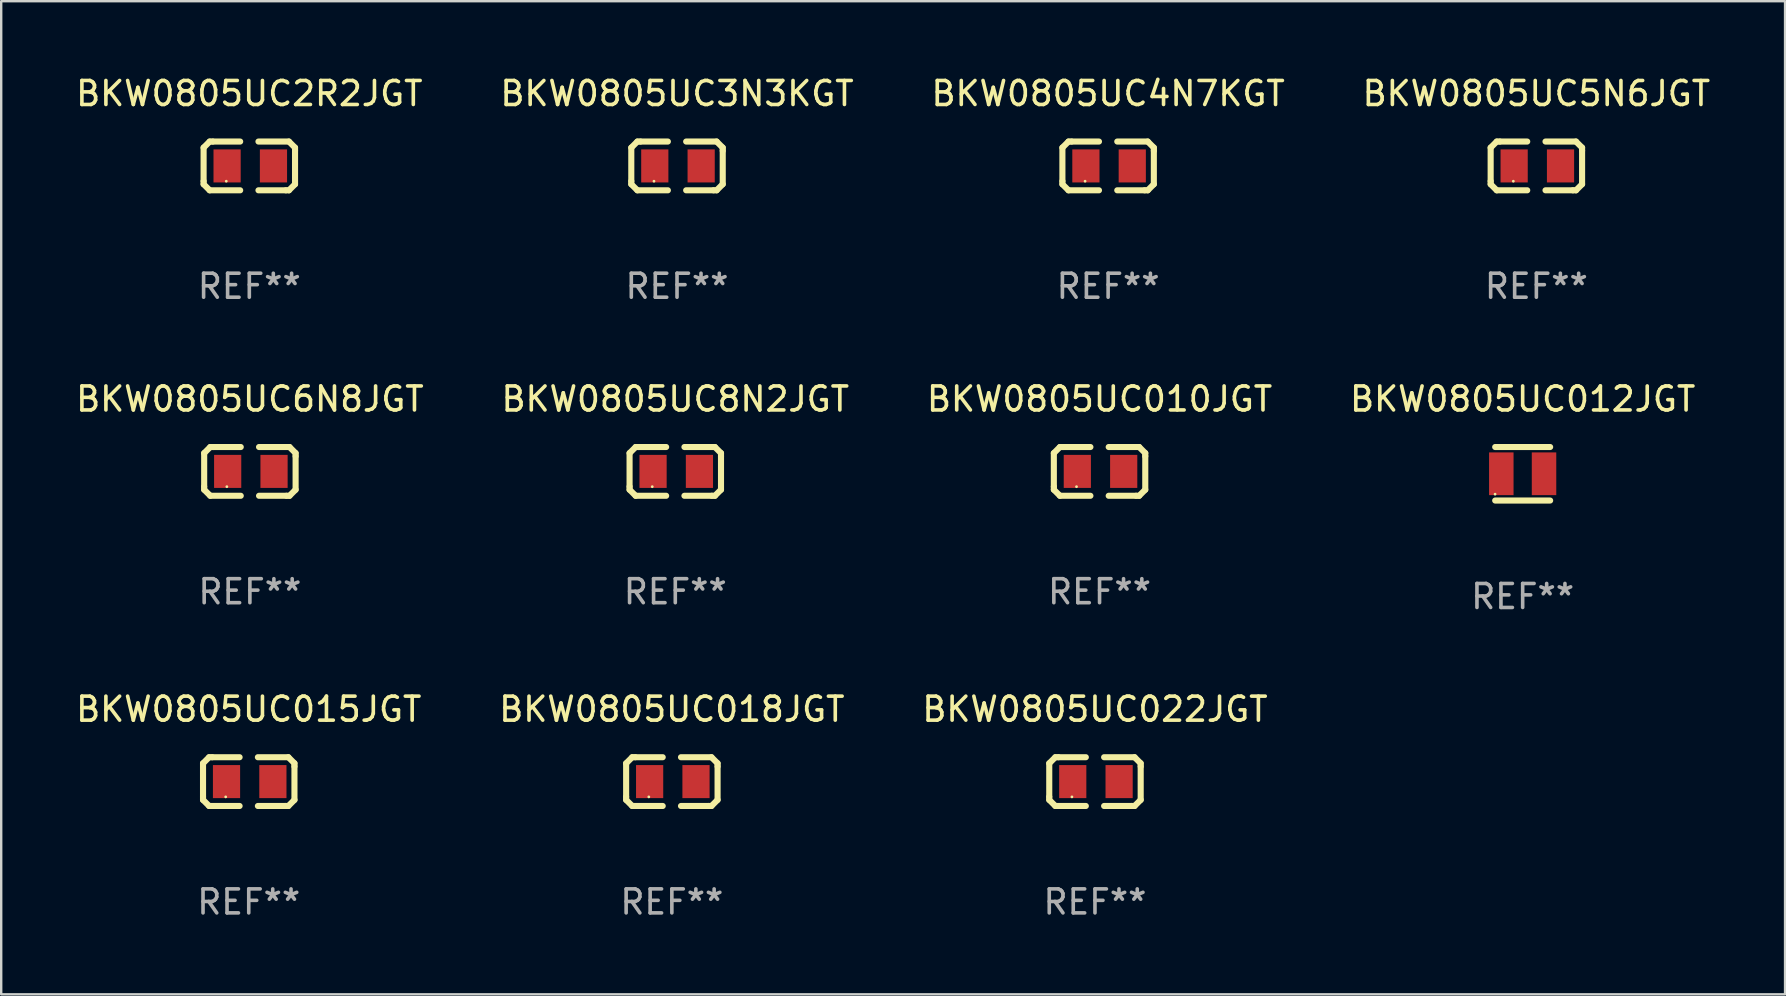
<source format=kicad_pcb>
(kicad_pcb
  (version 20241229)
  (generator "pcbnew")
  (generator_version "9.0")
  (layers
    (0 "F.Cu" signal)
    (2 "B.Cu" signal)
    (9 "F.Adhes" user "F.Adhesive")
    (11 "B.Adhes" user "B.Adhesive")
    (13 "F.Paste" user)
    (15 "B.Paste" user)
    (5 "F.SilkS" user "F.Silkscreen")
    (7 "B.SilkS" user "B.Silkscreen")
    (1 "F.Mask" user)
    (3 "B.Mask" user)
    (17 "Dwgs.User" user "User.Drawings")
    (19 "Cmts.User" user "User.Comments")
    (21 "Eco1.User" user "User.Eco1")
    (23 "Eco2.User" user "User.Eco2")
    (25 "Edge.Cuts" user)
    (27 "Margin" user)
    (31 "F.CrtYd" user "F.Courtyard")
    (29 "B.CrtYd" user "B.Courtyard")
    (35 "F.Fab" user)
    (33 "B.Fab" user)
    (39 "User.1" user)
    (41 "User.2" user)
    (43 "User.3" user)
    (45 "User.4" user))
  (footprint "BKW0805UC018JGT"
    (layer "F.Cu")
    (at 24.946 29.519)
    (property "Reference" "BKW0805UC018JGT" (at 0 -3.016 0) (layer "F.SilkS") (effects (font (size 1 1) (thickness 0.15))))
    (attr through_hole)
    (fp_line (start -1.905 -0.762) (end -1.905 0.635) (stroke (width 0.254) (type solid)) (layer "F.SilkS"))
    (fp_line (start -1.905 0.635) (end -1.905 0.762) (stroke (width 0.254) (type solid)) (layer "F.SilkS"))
    (fp_line (start -1.905 0.762) (end -1.651 1.016) (stroke (width 0.254) (type solid)) (layer "F.SilkS"))
    (fp_line (start -1.651 -1.016) (end -1.905 -0.762) (stroke (width 0.254) (type solid)) (layer "F.SilkS"))
    (fp_line (start -1.651 1.016) (end -0.381 1.016) (stroke (width 0.254) (type solid)) (layer "F.SilkS"))
    (fp_line (start -1.524 -1.016) (end -1.651 -1.016) (stroke (width 0.254) (type solid)) (layer "F.SilkS"))
    (fp_line (start -0.381 -1.016) (end -1.524 -1.016) (stroke (width 0.254) (type solid)) (layer "F.SilkS"))
    (fp_line (start 0.381 1.016) (end 1.524 1.016) (stroke (width 0.254) (type solid)) (layer "F.SilkS"))
    (fp_line (start 1.524 1.016) (end 1.651 1.016) (stroke (width 0.254) (type solid)) (layer "F.SilkS"))
    (fp_line (start 1.651 -1.016) (end 0.381 -1.016) (stroke (width 0.254) (type solid)) (layer "F.SilkS"))
    (fp_line (start 1.651 1.016) (end 1.905 0.762) (stroke (width 0.254) (type solid)) (layer "F.SilkS"))
    (fp_line (start 1.905 -0.762) (end 1.651 -1.016) (stroke (width 0.254) (type solid)) (layer "F.SilkS"))
    (fp_line (start 1.905 -0.635) (end 1.905 -0.762) (stroke (width 0.254) (type solid)) (layer "F.SilkS"))
    (fp_line (start 1.905 0.762) (end 1.905 -0.635) (stroke (width 0.254) (type solid)) (layer "F.SilkS"))
    (fp_circle (center -0.96 0.637) (end -0.93 0.637) (stroke (width 0.06) (type solid)) (fill no) (layer "F.SilkS"))
    (fp_text user "REF**" (at 0 5.016 0) (layer "F.Fab") (effects (font (size 1 1) (thickness 0.15))))
    (pad "1" smd rect (at -0.926 -0.000051) (size 1.133 1.377) (layers "F.Cu" "F.Mask" "F.Paste"))
    (pad "2" smd rect (at 1.006 -0.000051) (size 1.133 1.377) (layers "F.Cu" "F.Mask" "F.Paste")))
  (footprint "BKW0805UC2R2JGT"
    (layer "F.Cu")
    (at 7.339 3.864)
    (property "Reference" "BKW0805UC2R2JGT" (at 0 -3.016 0) (layer "F.SilkS") (effects (font (size 1 1) (thickness 0.15))))
    (attr through_hole)
    (fp_line (start -1.905 -0.762) (end -1.905 0.635) (stroke (width 0.254) (type solid)) (layer "F.SilkS"))
    (fp_line (start -1.905 0.635) (end -1.905 0.762) (stroke (width 0.254) (type solid)) (layer "F.SilkS"))
    (fp_line (start -1.905 0.762) (end -1.651 1.016) (stroke (width 0.254) (type solid)) (layer "F.SilkS"))
    (fp_line (start -1.651 -1.016) (end -1.905 -0.762) (stroke (width 0.254) (type solid)) (layer "F.SilkS"))
    (fp_line (start -1.651 1.016) (end -0.381 1.016) (stroke (width 0.254) (type solid)) (layer "F.SilkS"))
    (fp_line (start -1.524 -1.016) (end -1.651 -1.016) (stroke (width 0.254) (type solid)) (layer "F.SilkS"))
    (fp_line (start -0.381 -1.016) (end -1.524 -1.016) (stroke (width 0.254) (type solid)) (layer "F.SilkS"))
    (fp_line (start 0.381 1.016) (end 1.524 1.016) (stroke (width 0.254) (type solid)) (layer "F.SilkS"))
    (fp_line (start 1.524 1.016) (end 1.651 1.016) (stroke (width 0.254) (type solid)) (layer "F.SilkS"))
    (fp_line (start 1.651 -1.016) (end 0.381 -1.016) (stroke (width 0.254) (type solid)) (layer "F.SilkS"))
    (fp_line (start 1.651 1.016) (end 1.905 0.762) (stroke (width 0.254) (type solid)) (layer "F.SilkS"))
    (fp_line (start 1.905 -0.762) (end 1.651 -1.016) (stroke (width 0.254) (type solid)) (layer "F.SilkS"))
    (fp_line (start 1.905 -0.635) (end 1.905 -0.762) (stroke (width 0.254) (type solid)) (layer "F.SilkS"))
    (fp_line (start 1.905 0.762) (end 1.905 -0.635) (stroke (width 0.254) (type solid)) (layer "F.SilkS"))
    (fp_circle (center -0.96 0.637) (end -0.93 0.637) (stroke (width 0.06) (type solid)) (fill no) (layer "F.SilkS"))
    (fp_text user "REF**" (at 0 5.016 0) (layer "F.Fab") (effects (font (size 1 1) (thickness 0.15))))
    (pad "1" smd rect (at -0.926 -0.000051) (size 1.133 1.377) (layers "F.Cu" "F.Mask" "F.Paste"))
    (pad "2" smd rect (at 1.006 -0.000051) (size 1.133 1.377) (layers "F.Cu" "F.Mask" "F.Paste")))
  (footprint "BKW0805UC4N7KGT"
    (layer "F.Cu")
    (at 43.125 3.864)
    (property "Reference" "BKW0805UC4N7KGT" (at 0 -3.016 0) (layer "F.SilkS") (effects (font (size 1 1) (thickness 0.15))))
    (attr through_hole)
    (fp_line (start -1.905 -0.762) (end -1.905 0.635) (stroke (width 0.254) (type solid)) (layer "F.SilkS"))
    (fp_line (start -1.905 0.635) (end -1.905 0.762) (stroke (width 0.254) (type solid)) (layer "F.SilkS"))
    (fp_line (start -1.905 0.762) (end -1.651 1.016) (stroke (width 0.254) (type solid)) (layer "F.SilkS"))
    (fp_line (start -1.651 -1.016) (end -1.905 -0.762) (stroke (width 0.254) (type solid)) (layer "F.SilkS"))
    (fp_line (start -1.651 1.016) (end -0.381 1.016) (stroke (width 0.254) (type solid)) (layer "F.SilkS"))
    (fp_line (start -1.524 -1.016) (end -1.651 -1.016) (stroke (width 0.254) (type solid)) (layer "F.SilkS"))
    (fp_line (start -0.381 -1.016) (end -1.524 -1.016) (stroke (width 0.254) (type solid)) (layer "F.SilkS"))
    (fp_line (start 0.381 1.016) (end 1.524 1.016) (stroke (width 0.254) (type solid)) (layer "F.SilkS"))
    (fp_line (start 1.524 1.016) (end 1.651 1.016) (stroke (width 0.254) (type solid)) (layer "F.SilkS"))
    (fp_line (start 1.651 -1.016) (end 0.381 -1.016) (stroke (width 0.254) (type solid)) (layer "F.SilkS"))
    (fp_line (start 1.651 1.016) (end 1.905 0.762) (stroke (width 0.254) (type solid)) (layer "F.SilkS"))
    (fp_line (start 1.905 -0.762) (end 1.651 -1.016) (stroke (width 0.254) (type solid)) (layer "F.SilkS"))
    (fp_line (start 1.905 -0.635) (end 1.905 -0.762) (stroke (width 0.254) (type solid)) (layer "F.SilkS"))
    (fp_line (start 1.905 0.762) (end 1.905 -0.635) (stroke (width 0.254) (type solid)) (layer "F.SilkS"))
    (fp_circle (center -0.96 0.637) (end -0.93 0.637) (stroke (width 0.06) (type solid)) (fill no) (layer "F.SilkS"))
    (fp_text user "REF**" (at 0 5.016 0) (layer "F.Fab") (effects (font (size 1 1) (thickness 0.15))))
    (pad "1" smd rect (at -0.926 -0.000051) (size 1.133 1.377) (layers "F.Cu" "F.Mask" "F.Paste"))
    (pad "2" smd rect (at 1.006 -0.000051) (size 1.133 1.377) (layers "F.Cu" "F.Mask" "F.Paste")))
  (footprint "BKW0805UC022JGT"
    (layer "F.Cu")
    (at 42.577 29.519)
    (property "Reference" "BKW0805UC022JGT" (at 0 -3.016 0) (layer "F.SilkS") (effects (font (size 1 1) (thickness 0.15))))
    (attr through_hole)
    (fp_line (start -1.905 -0.762) (end -1.905 0.635) (stroke (width 0.254) (type solid)) (layer "F.SilkS"))
    (fp_line (start -1.905 0.635) (end -1.905 0.762) (stroke (width 0.254) (type solid)) (layer "F.SilkS"))
    (fp_line (start -1.905 0.762) (end -1.651 1.016) (stroke (width 0.254) (type solid)) (layer "F.SilkS"))
    (fp_line (start -1.651 -1.016) (end -1.905 -0.762) (stroke (width 0.254) (type solid)) (layer "F.SilkS"))
    (fp_line (start -1.651 1.016) (end -0.381 1.016) (stroke (width 0.254) (type solid)) (layer "F.SilkS"))
    (fp_line (start -1.524 -1.016) (end -1.651 -1.016) (stroke (width 0.254) (type solid)) (layer "F.SilkS"))
    (fp_line (start -0.381 -1.016) (end -1.524 -1.016) (stroke (width 0.254) (type solid)) (layer "F.SilkS"))
    (fp_line (start 0.381 1.016) (end 1.524 1.016) (stroke (width 0.254) (type solid)) (layer "F.SilkS"))
    (fp_line (start 1.524 1.016) (end 1.651 1.016) (stroke (width 0.254) (type solid)) (layer "F.SilkS"))
    (fp_line (start 1.651 -1.016) (end 0.381 -1.016) (stroke (width 0.254) (type solid)) (layer "F.SilkS"))
    (fp_line (start 1.651 1.016) (end 1.905 0.762) (stroke (width 0.254) (type solid)) (layer "F.SilkS"))
    (fp_line (start 1.905 -0.762) (end 1.651 -1.016) (stroke (width 0.254) (type solid)) (layer "F.SilkS"))
    (fp_line (start 1.905 -0.635) (end 1.905 -0.762) (stroke (width 0.254) (type solid)) (layer "F.SilkS"))
    (fp_line (start 1.905 0.762) (end 1.905 -0.635) (stroke (width 0.254) (type solid)) (layer "F.SilkS"))
    (fp_circle (center -0.96 0.637) (end -0.93 0.637) (stroke (width 0.06) (type solid)) (fill no) (layer "F.SilkS"))
    (fp_text user "REF**" (at 0 5.016 0) (layer "F.Fab") (effects (font (size 1 1) (thickness 0.15))))
    (pad "1" smd rect (at -0.926 -0.000051) (size 1.133 1.377) (layers "F.Cu" "F.Mask" "F.Paste"))
    (pad "2" smd rect (at 1.006 -0.000051) (size 1.133 1.377) (layers "F.Cu" "F.Mask" "F.Paste")))
  (footprint "BKW0805UC8N2JGT"
    (layer "F.Cu")
    (at 25.089 16.593)
    (property "Reference" "BKW0805UC8N2JGT" (at 0 -3.016 0) (layer "F.SilkS") (effects (font (size 1 1) (thickness 0.15))))
    (attr through_hole)
    (fp_line (start -1.905 -0.762) (end -1.905 0.635) (stroke (width 0.254) (type solid)) (layer "F.SilkS"))
    (fp_line (start -1.905 0.635) (end -1.905 0.762) (stroke (width 0.254) (type solid)) (layer "F.SilkS"))
    (fp_line (start -1.905 0.762) (end -1.651 1.016) (stroke (width 0.254) (type solid)) (layer "F.SilkS"))
    (fp_line (start -1.651 -1.016) (end -1.905 -0.762) (stroke (width 0.254) (type solid)) (layer "F.SilkS"))
    (fp_line (start -1.651 1.016) (end -0.381 1.016) (stroke (width 0.254) (type solid)) (layer "F.SilkS"))
    (fp_line (start -1.524 -1.016) (end -1.651 -1.016) (stroke (width 0.254) (type solid)) (layer "F.SilkS"))
    (fp_line (start -0.381 -1.016) (end -1.524 -1.016) (stroke (width 0.254) (type solid)) (layer "F.SilkS"))
    (fp_line (start 0.381 1.016) (end 1.524 1.016) (stroke (width 0.254) (type solid)) (layer "F.SilkS"))
    (fp_line (start 1.524 1.016) (end 1.651 1.016) (stroke (width 0.254) (type solid)) (layer "F.SilkS"))
    (fp_line (start 1.651 -1.016) (end 0.381 -1.016) (stroke (width 0.254) (type solid)) (layer "F.SilkS"))
    (fp_line (start 1.651 1.016) (end 1.905 0.762) (stroke (width 0.254) (type solid)) (layer "F.SilkS"))
    (fp_line (start 1.905 -0.762) (end 1.651 -1.016) (stroke (width 0.254) (type solid)) (layer "F.SilkS"))
    (fp_line (start 1.905 -0.635) (end 1.905 -0.762) (stroke (width 0.254) (type solid)) (layer "F.SilkS"))
    (fp_line (start 1.905 0.762) (end 1.905 -0.635) (stroke (width 0.254) (type solid)) (layer "F.SilkS"))
    (fp_circle (center -0.96 0.637) (end -0.93 0.637) (stroke (width 0.06) (type solid)) (fill no) (layer "F.SilkS"))
    (fp_text user "REF**" (at 0 5.016 0) (layer "F.Fab") (effects (font (size 1 1) (thickness 0.15))))
    (pad "1" smd rect (at -0.926 -0.000051) (size 1.133 1.377) (layers "F.Cu" "F.Mask" "F.Paste"))
    (pad "2" smd rect (at 1.006 -0.000051) (size 1.133 1.377) (layers "F.Cu" "F.Mask" "F.Paste")))
  (footprint "BKW0805UC6N8JGT"
    (layer "F.Cu")
    (at 7.363 16.593)
    (property "Reference" "BKW0805UC6N8JGT" (at 0 -3.016 0) (layer "F.SilkS") (effects (font (size 1 1) (thickness 0.15))))
    (attr through_hole)
    (fp_line (start -1.905 -0.762) (end -1.905 0.635) (stroke (width 0.254) (type solid)) (layer "F.SilkS"))
    (fp_line (start -1.905 0.635) (end -1.905 0.762) (stroke (width 0.254) (type solid)) (layer "F.SilkS"))
    (fp_line (start -1.905 0.762) (end -1.651 1.016) (stroke (width 0.254) (type solid)) (layer "F.SilkS"))
    (fp_line (start -1.651 -1.016) (end -1.905 -0.762) (stroke (width 0.254) (type solid)) (layer "F.SilkS"))
    (fp_line (start -1.651 1.016) (end -0.381 1.016) (stroke (width 0.254) (type solid)) (layer "F.SilkS"))
    (fp_line (start -1.524 -1.016) (end -1.651 -1.016) (stroke (width 0.254) (type solid)) (layer "F.SilkS"))
    (fp_line (start -0.381 -1.016) (end -1.524 -1.016) (stroke (width 0.254) (type solid)) (layer "F.SilkS"))
    (fp_line (start 0.381 1.016) (end 1.524 1.016) (stroke (width 0.254) (type solid)) (layer "F.SilkS"))
    (fp_line (start 1.524 1.016) (end 1.651 1.016) (stroke (width 0.254) (type solid)) (layer "F.SilkS"))
    (fp_line (start 1.651 -1.016) (end 0.381 -1.016) (stroke (width 0.254) (type solid)) (layer "F.SilkS"))
    (fp_line (start 1.651 1.016) (end 1.905 0.762) (stroke (width 0.254) (type solid)) (layer "F.SilkS"))
    (fp_line (start 1.905 -0.762) (end 1.651 -1.016) (stroke (width 0.254) (type solid)) (layer "F.SilkS"))
    (fp_line (start 1.905 -0.635) (end 1.905 -0.762) (stroke (width 0.254) (type solid)) (layer "F.SilkS"))
    (fp_line (start 1.905 0.762) (end 1.905 -0.635) (stroke (width 0.254) (type solid)) (layer "F.SilkS"))
    (fp_circle (center -0.96 0.637) (end -0.93 0.637) (stroke (width 0.06) (type solid)) (fill no) (layer "F.SilkS"))
    (fp_text user "REF**" (at 0 5.016 0) (layer "F.Fab") (effects (font (size 1 1) (thickness 0.15))))
    (pad "1" smd rect (at -0.926 -0.000051) (size 1.133 1.377) (layers "F.Cu" "F.Mask" "F.Paste"))
    (pad "2" smd rect (at 1.006 -0.000051) (size 1.133 1.377) (layers "F.Cu" "F.Mask" "F.Paste")))
  (footprint "BKW0805UC5N6JGT"
    (layer "F.Cu")
    (at 60.97 3.864)
    (property "Reference" "BKW0805UC5N6JGT" (at 0 -3.016 0) (layer "F.SilkS") (effects (font (size 1 1) (thickness 0.15))))
    (attr through_hole)
    (fp_line (start -1.905 -0.762) (end -1.905 0.635) (stroke (width 0.254) (type solid)) (layer "F.SilkS"))
    (fp_line (start -1.905 0.635) (end -1.905 0.762) (stroke (width 0.254) (type solid)) (layer "F.SilkS"))
    (fp_line (start -1.905 0.762) (end -1.651 1.016) (stroke (width 0.254) (type solid)) (layer "F.SilkS"))
    (fp_line (start -1.651 -1.016) (end -1.905 -0.762) (stroke (width 0.254) (type solid)) (layer "F.SilkS"))
    (fp_line (start -1.651 1.016) (end -0.381 1.016) (stroke (width 0.254) (type solid)) (layer "F.SilkS"))
    (fp_line (start -1.524 -1.016) (end -1.651 -1.016) (stroke (width 0.254) (type solid)) (layer "F.SilkS"))
    (fp_line (start -0.381 -1.016) (end -1.524 -1.016) (stroke (width 0.254) (type solid)) (layer "F.SilkS"))
    (fp_line (start 0.381 1.016) (end 1.524 1.016) (stroke (width 0.254) (type solid)) (layer "F.SilkS"))
    (fp_line (start 1.524 1.016) (end 1.651 1.016) (stroke (width 0.254) (type solid)) (layer "F.SilkS"))
    (fp_line (start 1.651 -1.016) (end 0.381 -1.016) (stroke (width 0.254) (type solid)) (layer "F.SilkS"))
    (fp_line (start 1.651 1.016) (end 1.905 0.762) (stroke (width 0.254) (type solid)) (layer "F.SilkS"))
    (fp_line (start 1.905 -0.762) (end 1.651 -1.016) (stroke (width 0.254) (type solid)) (layer "F.SilkS"))
    (fp_line (start 1.905 -0.635) (end 1.905 -0.762) (stroke (width 0.254) (type solid)) (layer "F.SilkS"))
    (fp_line (start 1.905 0.762) (end 1.905 -0.635) (stroke (width 0.254) (type solid)) (layer "F.SilkS"))
    (fp_circle (center -0.96 0.637) (end -0.93 0.637) (stroke (width 0.06) (type solid)) (fill no) (layer "F.SilkS"))
    (fp_text user "REF**" (at 0 5.016 0) (layer "F.Fab") (effects (font (size 1 1) (thickness 0.15))))
    (pad "1" smd rect (at -0.926 -0.000051) (size 1.133 1.377) (layers "F.Cu" "F.Mask" "F.Paste"))
    (pad "2" smd rect (at 1.006 -0.000051) (size 1.133 1.377) (layers "F.Cu" "F.Mask" "F.Paste")))
  (footprint "BKW0805UC015JGT"
    (layer "F.Cu")
    (at 7.315 29.519)
    (property "Reference" "BKW0805UC015JGT" (at 0 -3.016 0) (layer "F.SilkS") (effects (font (size 1 1) (thickness 0.15))))
    (attr through_hole)
    (fp_line (start -1.905 -0.762) (end -1.905 0.635) (stroke (width 0.254) (type solid)) (layer "F.SilkS"))
    (fp_line (start -1.905 0.635) (end -1.905 0.762) (stroke (width 0.254) (type solid)) (layer "F.SilkS"))
    (fp_line (start -1.905 0.762) (end -1.651 1.016) (stroke (width 0.254) (type solid)) (layer "F.SilkS"))
    (fp_line (start -1.651 -1.016) (end -1.905 -0.762) (stroke (width 0.254) (type solid)) (layer "F.SilkS"))
    (fp_line (start -1.651 1.016) (end -0.381 1.016) (stroke (width 0.254) (type solid)) (layer "F.SilkS"))
    (fp_line (start -1.524 -1.016) (end -1.651 -1.016) (stroke (width 0.254) (type solid)) (layer "F.SilkS"))
    (fp_line (start -0.381 -1.016) (end -1.524 -1.016) (stroke (width 0.254) (type solid)) (layer "F.SilkS"))
    (fp_line (start 0.381 1.016) (end 1.524 1.016) (stroke (width 0.254) (type solid)) (layer "F.SilkS"))
    (fp_line (start 1.524 1.016) (end 1.651 1.016) (stroke (width 0.254) (type solid)) (layer "F.SilkS"))
    (fp_line (start 1.651 -1.016) (end 0.381 -1.016) (stroke (width 0.254) (type solid)) (layer "F.SilkS"))
    (fp_line (start 1.651 1.016) (end 1.905 0.762) (stroke (width 0.254) (type solid)) (layer "F.SilkS"))
    (fp_line (start 1.905 -0.762) (end 1.651 -1.016) (stroke (width 0.254) (type solid)) (layer "F.SilkS"))
    (fp_line (start 1.905 -0.635) (end 1.905 -0.762) (stroke (width 0.254) (type solid)) (layer "F.SilkS"))
    (fp_line (start 1.905 0.762) (end 1.905 -0.635) (stroke (width 0.254) (type solid)) (layer "F.SilkS"))
    (fp_circle (center -0.96 0.637) (end -0.93 0.637) (stroke (width 0.06) (type solid)) (fill no) (layer "F.SilkS"))
    (fp_text user "REF**" (at 0 5.016 0) (layer "F.Fab") (effects (font (size 1 1) (thickness 0.15))))
    (pad "1" smd rect (at -0.926 -0.000051) (size 1.133 1.377) (layers "F.Cu" "F.Mask" "F.Paste"))
    (pad "2" smd rect (at 1.006 -0.000051) (size 1.133 1.377) (layers "F.Cu" "F.Mask" "F.Paste")))
  (footprint "BKW0805UC012JGT"
    (layer "F.Cu")
    (at 60.399 16.692)
    (property "Reference" "BKW0805UC012JGT" (at 0 -3.115 0) (layer "F.SilkS") (effects (font (size 1 1) (thickness 0.15))))
    (attr through_hole)
    (fp_line (start -1.145 -1.115) (end 1.145 -1.115) (stroke (width 0.254) (type solid)) (layer "F.SilkS"))
    (fp_line (start -1.145 1.115) (end 1.145 1.115) (stroke (width 0.254) (type solid)) (layer "F.SilkS"))
    (fp_circle (center -1.15 0.85) (end -1.12 0.85) (stroke (width 0.06) (type solid)) (fill no) (layer "F.SilkS"))
    (fp_text user "REF**" (at 0 5.115 0) (layer "F.Fab") (effects (font (size 1 1) (thickness 0.15))))
    (pad "1" smd rect (at -0.89 0 90) (size 1.78 1.02) (layers "F.Cu" "F.Mask" "F.Paste"))
    (pad "2" smd rect (at 0.89 0 90) (size 1.78 1.02) (layers "F.Cu" "F.Mask" "F.Paste")))
  (footprint "BKW0805UC010JGT"
    (layer "F.Cu")
    (at 42.768 16.593)
    (property "Reference" "BKW0805UC010JGT" (at 0 -3.016 0) (layer "F.SilkS") (effects (font (size 1 1) (thickness 0.15))))
    (attr through_hole)
    (fp_line (start -1.905 -0.762) (end -1.905 0.635) (stroke (width 0.254) (type solid)) (layer "F.SilkS"))
    (fp_line (start -1.905 0.635) (end -1.905 0.762) (stroke (width 0.254) (type solid)) (layer "F.SilkS"))
    (fp_line (start -1.905 0.762) (end -1.651 1.016) (stroke (width 0.254) (type solid)) (layer "F.SilkS"))
    (fp_line (start -1.651 -1.016) (end -1.905 -0.762) (stroke (width 0.254) (type solid)) (layer "F.SilkS"))
    (fp_line (start -1.651 1.016) (end -0.381 1.016) (stroke (width 0.254) (type solid)) (layer "F.SilkS"))
    (fp_line (start -1.524 -1.016) (end -1.651 -1.016) (stroke (width 0.254) (type solid)) (layer "F.SilkS"))
    (fp_line (start -0.381 -1.016) (end -1.524 -1.016) (stroke (width 0.254) (type solid)) (layer "F.SilkS"))
    (fp_line (start 0.381 1.016) (end 1.524 1.016) (stroke (width 0.254) (type solid)) (layer "F.SilkS"))
    (fp_line (start 1.524 1.016) (end 1.651 1.016) (stroke (width 0.254) (type solid)) (layer "F.SilkS"))
    (fp_line (start 1.651 -1.016) (end 0.381 -1.016) (stroke (width 0.254) (type solid)) (layer "F.SilkS"))
    (fp_line (start 1.651 1.016) (end 1.905 0.762) (stroke (width 0.254) (type solid)) (layer "F.SilkS"))
    (fp_line (start 1.905 -0.762) (end 1.651 -1.016) (stroke (width 0.254) (type solid)) (layer "F.SilkS"))
    (fp_line (start 1.905 -0.635) (end 1.905 -0.762) (stroke (width 0.254) (type solid)) (layer "F.SilkS"))
    (fp_line (start 1.905 0.762) (end 1.905 -0.635) (stroke (width 0.254) (type solid)) (layer "F.SilkS"))
    (fp_circle (center -0.96 0.637) (end -0.93 0.637) (stroke (width 0.06) (type solid)) (fill no) (layer "F.SilkS"))
    (fp_text user "REF**" (at 0 5.016 0) (layer "F.Fab") (effects (font (size 1 1) (thickness 0.15))))
    (pad "1" smd rect (at -0.926 -0.000051) (size 1.133 1.377) (layers "F.Cu" "F.Mask" "F.Paste"))
    (pad "2" smd rect (at 1.006 -0.000051) (size 1.133 1.377) (layers "F.Cu" "F.Mask" "F.Paste")))
  (footprint "BKW0805UC3N3KGT"
    (layer "F.Cu")
    (at 25.161 3.864)
    (property "Reference" "BKW0805UC3N3KGT" (at 0 -3.016 0) (layer "F.SilkS") (effects (font (size 1 1) (thickness 0.15))))
    (attr through_hole)
    (fp_line (start -1.905 -0.762) (end -1.905 0.635) (stroke (width 0.254) (type solid)) (layer "F.SilkS"))
    (fp_line (start -1.905 0.635) (end -1.905 0.762) (stroke (width 0.254) (type solid)) (layer "F.SilkS"))
    (fp_line (start -1.905 0.762) (end -1.651 1.016) (stroke (width 0.254) (type solid)) (layer "F.SilkS"))
    (fp_line (start -1.651 -1.016) (end -1.905 -0.762) (stroke (width 0.254) (type solid)) (layer "F.SilkS"))
    (fp_line (start -1.651 1.016) (end -0.381 1.016) (stroke (width 0.254) (type solid)) (layer "F.SilkS"))
    (fp_line (start -1.524 -1.016) (end -1.651 -1.016) (stroke (width 0.254) (type solid)) (layer "F.SilkS"))
    (fp_line (start -0.381 -1.016) (end -1.524 -1.016) (stroke (width 0.254) (type solid)) (layer "F.SilkS"))
    (fp_line (start 0.381 1.016) (end 1.524 1.016) (stroke (width 0.254) (type solid)) (layer "F.SilkS"))
    (fp_line (start 1.524 1.016) (end 1.651 1.016) (stroke (width 0.254) (type solid)) (layer "F.SilkS"))
    (fp_line (start 1.651 -1.016) (end 0.381 -1.016) (stroke (width 0.254) (type solid)) (layer "F.SilkS"))
    (fp_line (start 1.651 1.016) (end 1.905 0.762) (stroke (width 0.254) (type solid)) (layer "F.SilkS"))
    (fp_line (start 1.905 -0.762) (end 1.651 -1.016) (stroke (width 0.254) (type solid)) (layer "F.SilkS"))
    (fp_line (start 1.905 -0.635) (end 1.905 -0.762) (stroke (width 0.254) (type solid)) (layer "F.SilkS"))
    (fp_line (start 1.905 0.762) (end 1.905 -0.635) (stroke (width 0.254) (type solid)) (layer "F.SilkS"))
    (fp_circle (center -0.96 0.637) (end -0.93 0.637) (stroke (width 0.06) (type solid)) (fill no) (layer "F.SilkS"))
    (fp_text user "REF**" (at 0 5.016 0) (layer "F.Fab") (effects (font (size 1 1) (thickness 0.15))))
    (pad "1" smd rect (at -0.926 -0.000051) (size 1.133 1.377) (layers "F.Cu" "F.Mask" "F.Paste"))
    (pad "2" smd rect (at 1.006 -0.000051) (size 1.133 1.377) (layers "F.Cu" "F.Mask" "F.Paste")))
  (gr_rect
    (start -3 -3)
    (end 71.333 38.384)
    (stroke (width 0.1) (type default))
    (fill no)
    (layer "Edge.Cuts")))
</source>
